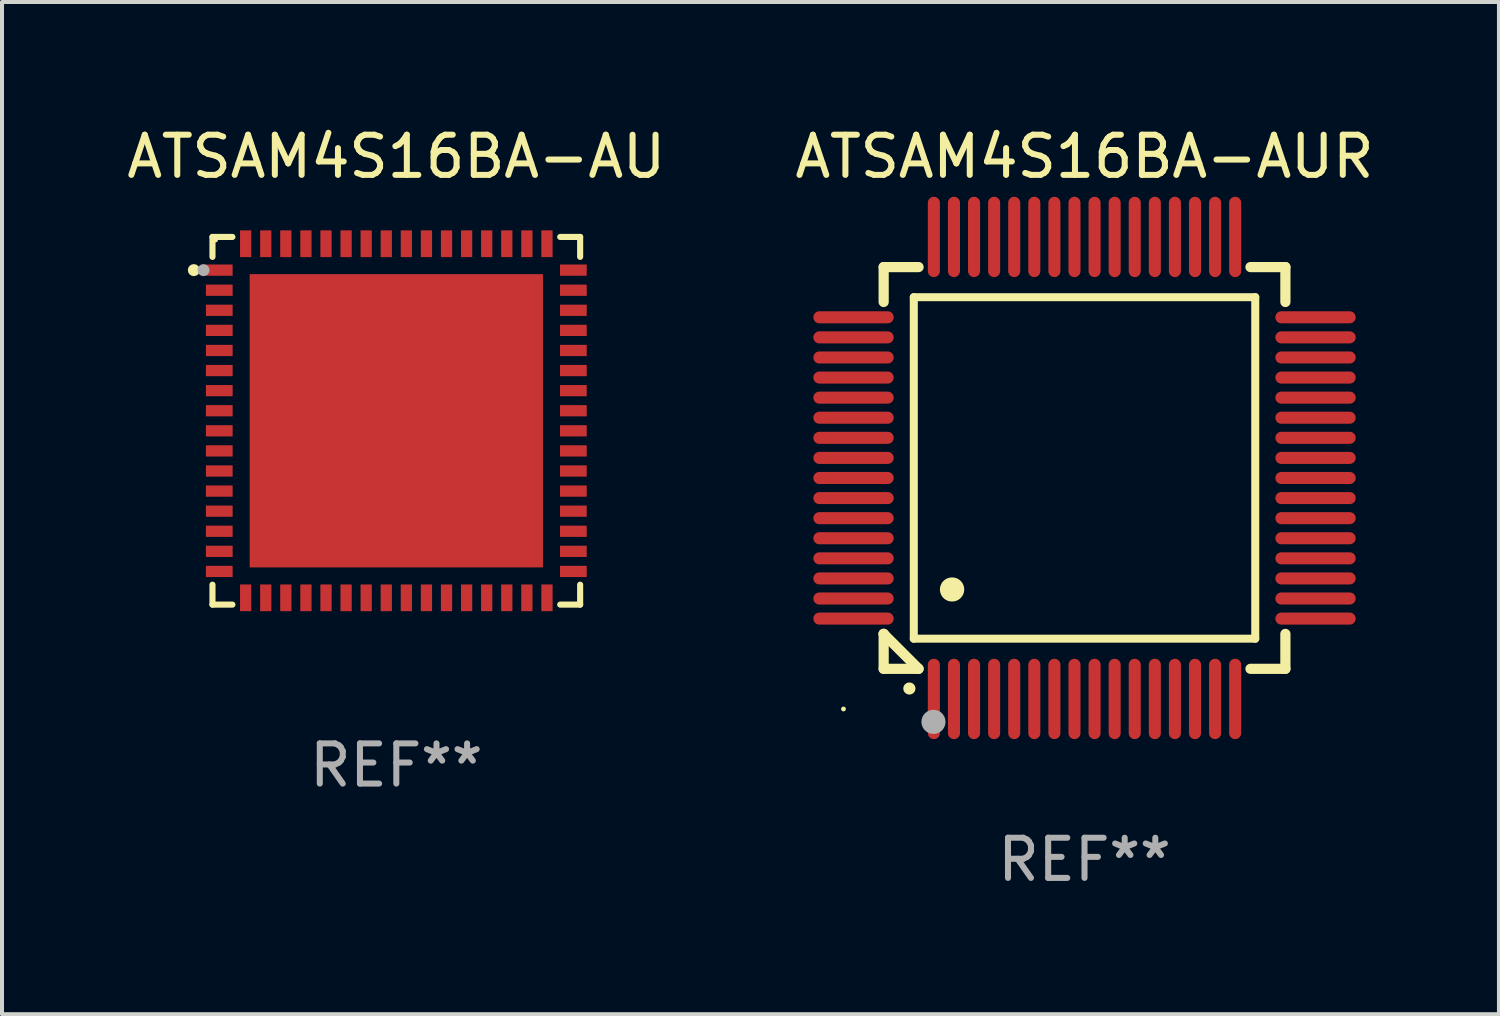
<source format=kicad_pcb>
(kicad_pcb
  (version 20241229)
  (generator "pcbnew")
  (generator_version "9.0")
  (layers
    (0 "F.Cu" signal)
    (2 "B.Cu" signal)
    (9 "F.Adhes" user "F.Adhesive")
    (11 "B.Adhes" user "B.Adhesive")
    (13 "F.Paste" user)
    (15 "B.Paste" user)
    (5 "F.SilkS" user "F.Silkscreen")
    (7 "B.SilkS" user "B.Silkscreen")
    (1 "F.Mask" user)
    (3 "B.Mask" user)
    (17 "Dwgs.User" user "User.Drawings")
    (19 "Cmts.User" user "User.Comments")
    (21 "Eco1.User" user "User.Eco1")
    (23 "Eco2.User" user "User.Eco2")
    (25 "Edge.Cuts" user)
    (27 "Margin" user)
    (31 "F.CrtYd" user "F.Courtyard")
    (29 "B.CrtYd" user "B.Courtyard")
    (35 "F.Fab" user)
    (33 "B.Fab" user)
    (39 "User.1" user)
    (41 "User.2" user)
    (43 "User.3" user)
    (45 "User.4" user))
  (footprint "ATSAM4S16BA-AU"
    (layer "F.Cu")
    (at 6.815 7.424)
    (property "Reference" "ATSAM4S16BA-AU" (at 0 -6.576 0) (layer "F.SilkS") (effects (font (size 1 1) (thickness 0.15))))
    (attr through_hole)
    (fp_line (start -4.576 -4.576) (end -4.576 -4.08) (stroke (width 0.152) (type solid)) (layer "F.SilkS"))
    (fp_line (start -4.576 4.576) (end -4.576 4.08) (stroke (width 0.152) (type solid)) (layer "F.SilkS"))
    (fp_line (start -4.08 -4.576) (end -4.576 -4.576) (stroke (width 0.152) (type solid)) (layer "F.SilkS"))
    (fp_line (start -4.08 4.576) (end -4.576 4.576) (stroke (width 0.152) (type solid)) (layer "F.SilkS"))
    (fp_line (start 4.08 -4.576) (end 4.576 -4.576) (stroke (width 0.152) (type solid)) (layer "F.SilkS"))
    (fp_line (start 4.08 4.576) (end 4.576 4.576) (stroke (width 0.152) (type solid)) (layer "F.SilkS"))
    (fp_line (start 4.576 -4.576) (end 4.576 -4.08) (stroke (width 0.152) (type solid)) (layer "F.SilkS"))
    (fp_line (start 4.576 4.576) (end 4.576 4.08) (stroke (width 0.152) (type solid)) (layer "F.SilkS"))
    (fp_circle (center -5.04 -3.75) (end -4.965 -3.75) (stroke (width 0.15) (type solid)) (fill no) (layer "F.SilkS"))
    (fp_circle (center -4.5 -4.5) (end -4.47 -4.5) (stroke (width 0.06) (type solid)) (fill no) (layer "F.SilkS"))
    (fp_circle (center -4.8 -3.75) (end -4.725 -3.75) (stroke (width 0.15) (type solid)) (fill no) (layer "F.Fab"))
    (fp_text user "REF**" (at 0 8.576 0) (layer "F.Fab") (effects (font (size 1 1) (thickness 0.15))))
    (pad "1" smd rect (at -4.407 -3.75) (size 0.665 0.28) (layers "F.Cu" "F.Mask" "F.Paste"))
    (pad "2" smd rect (at -4.407 -3.25) (size 0.665 0.28) (layers "F.Cu" "F.Mask" "F.Paste"))
    (pad "3" smd rect (at -4.407 -2.75) (size 0.665 0.28) (layers "F.Cu" "F.Mask" "F.Paste"))
    (pad "4" smd rect (at -4.407 -2.25) (size 0.665 0.28) (layers "F.Cu" "F.Mask" "F.Paste"))
    (pad "5" smd rect (at -4.407 -1.75) (size 0.665 0.28) (layers "F.Cu" "F.Mask" "F.Paste"))
    (pad "6" smd rect (at -4.407 -1.25) (size 0.665 0.28) (layers "F.Cu" "F.Mask" "F.Paste"))
    (pad "7" smd rect (at -4.407 -0.75) (size 0.665 0.28) (layers "F.Cu" "F.Mask" "F.Paste"))
    (pad "8" smd rect (at -4.407 -0.25) (size 0.665 0.28) (layers "F.Cu" "F.Mask" "F.Paste"))
    (pad "9" smd rect (at -4.407 0.25) (size 0.665 0.28) (layers "F.Cu" "F.Mask" "F.Paste"))
    (pad "10" smd rect (at -4.407 0.75) (size 0.665 0.28) (layers "F.Cu" "F.Mask" "F.Paste"))
    (pad "11" smd rect (at -4.407 1.25) (size 0.665 0.28) (layers "F.Cu" "F.Mask" "F.Paste"))
    (pad "12" smd rect (at -4.407 1.75) (size 0.665 0.28) (layers "F.Cu" "F.Mask" "F.Paste"))
    (pad "13" smd rect (at -4.407 2.25) (size 0.665 0.28) (layers "F.Cu" "F.Mask" "F.Paste"))
    (pad "14" smd rect (at -4.407 2.75) (size 0.665 0.28) (layers "F.Cu" "F.Mask" "F.Paste"))
    (pad "15" smd rect (at -4.407 3.25) (size 0.665 0.28) (layers "F.Cu" "F.Mask" "F.Paste"))
    (pad "16" smd rect (at -4.407 3.75) (size 0.665 0.28) (layers "F.Cu" "F.Mask" "F.Paste"))
    (pad "17" smd rect (at -3.75 4.407) (size 0.28 0.665) (layers "F.Cu" "F.Mask" "F.Paste"))
    (pad "18" smd rect (at -3.25 4.407) (size 0.28 0.665) (layers "F.Cu" "F.Mask" "F.Paste"))
    (pad "19" smd rect (at -2.75 4.407) (size 0.28 0.665) (layers "F.Cu" "F.Mask" "F.Paste"))
    (pad "20" smd rect (at -2.25 4.407) (size 0.28 0.665) (layers "F.Cu" "F.Mask" "F.Paste"))
    (pad "21" smd rect (at -1.75 4.407) (size 0.28 0.665) (layers "F.Cu" "F.Mask" "F.Paste"))
    (pad "22" smd rect (at -1.25 4.407) (size 0.28 0.665) (layers "F.Cu" "F.Mask" "F.Paste"))
    (pad "23" smd rect (at -0.75 4.407) (size 0.28 0.665) (layers "F.Cu" "F.Mask" "F.Paste"))
    (pad "24" smd rect (at -0.25 4.407) (size 0.28 0.665) (layers "F.Cu" "F.Mask" "F.Paste"))
    (pad "25" smd rect (at 0.25 4.407) (size 0.28 0.665) (layers "F.Cu" "F.Mask" "F.Paste"))
    (pad "26" smd rect (at 0.75 4.407) (size 0.28 0.665) (layers "F.Cu" "F.Mask" "F.Paste"))
    (pad "27" smd rect (at 1.25 4.407) (size 0.28 0.665) (layers "F.Cu" "F.Mask" "F.Paste"))
    (pad "28" smd rect (at 1.75 4.407) (size 0.28 0.665) (layers "F.Cu" "F.Mask" "F.Paste"))
    (pad "29" smd rect (at 2.25 4.407) (size 0.28 0.665) (layers "F.Cu" "F.Mask" "F.Paste"))
    (pad "30" smd rect (at 2.75 4.407) (size 0.28 0.665) (layers "F.Cu" "F.Mask" "F.Paste"))
    (pad "31" smd rect (at 3.25 4.407) (size 0.28 0.665) (layers "F.Cu" "F.Mask" "F.Paste"))
    (pad "32" smd rect (at 3.75 4.407) (size 0.28 0.665) (layers "F.Cu" "F.Mask" "F.Paste"))
    (pad "33" smd rect (at 4.407 3.75) (size 0.665 0.28) (layers "F.Cu" "F.Mask" "F.Paste"))
    (pad "34" smd rect (at 4.407 3.25) (size 0.665 0.28) (layers "F.Cu" "F.Mask" "F.Paste"))
    (pad "35" smd rect (at 4.407 2.75) (size 0.665 0.28) (layers "F.Cu" "F.Mask" "F.Paste"))
    (pad "36" smd rect (at 4.407 2.25) (size 0.665 0.28) (layers "F.Cu" "F.Mask" "F.Paste"))
    (pad "37" smd rect (at 4.407 1.75) (size 0.665 0.28) (layers "F.Cu" "F.Mask" "F.Paste"))
    (pad "38" smd rect (at 4.407 1.25) (size 0.665 0.28) (layers "F.Cu" "F.Mask" "F.Paste"))
    (pad "39" smd rect (at 4.407 0.75) (size 0.665 0.28) (layers "F.Cu" "F.Mask" "F.Paste"))
    (pad "40" smd rect (at 4.407 0.25) (size 0.665 0.28) (layers "F.Cu" "F.Mask" "F.Paste"))
    (pad "41" smd rect (at 4.407 -0.25) (size 0.665 0.28) (layers "F.Cu" "F.Mask" "F.Paste"))
    (pad "42" smd rect (at 4.407 -0.75) (size 0.665 0.28) (layers "F.Cu" "F.Mask" "F.Paste"))
    (pad "43" smd rect (at 4.407 -1.25) (size 0.665 0.28) (layers "F.Cu" "F.Mask" "F.Paste"))
    (pad "44" smd rect (at 4.407 -1.75) (size 0.665 0.28) (layers "F.Cu" "F.Mask" "F.Paste"))
    (pad "45" smd rect (at 4.407 -2.25) (size 0.665 0.28) (layers "F.Cu" "F.Mask" "F.Paste"))
    (pad "46" smd rect (at 4.407 -2.75) (size 0.665 0.28) (layers "F.Cu" "F.Mask" "F.Paste"))
    (pad "47" smd rect (at 4.407 -3.25) (size 0.665 0.28) (layers "F.Cu" "F.Mask" "F.Paste"))
    (pad "48" smd rect (at 4.407 -3.75) (size 0.665 0.28) (layers "F.Cu" "F.Mask" "F.Paste"))
    (pad "49" smd rect (at 3.75 -4.407) (size 0.28 0.665) (layers "F.Cu" "F.Mask" "F.Paste"))
    (pad "50" smd rect (at 3.25 -4.407) (size 0.28 0.665) (layers "F.Cu" "F.Mask" "F.Paste"))
    (pad "51" smd rect (at 2.75 -4.407) (size 0.28 0.665) (layers "F.Cu" "F.Mask" "F.Paste"))
    (pad "52" smd rect (at 2.25 -4.407) (size 0.28 0.665) (layers "F.Cu" "F.Mask" "F.Paste"))
    (pad "53" smd rect (at 1.75 -4.407) (size 0.28 0.665) (layers "F.Cu" "F.Mask" "F.Paste"))
    (pad "54" smd rect (at 1.25 -4.407) (size 0.28 0.665) (layers "F.Cu" "F.Mask" "F.Paste"))
    (pad "55" smd rect (at 0.75 -4.407) (size 0.28 0.665) (layers "F.Cu" "F.Mask" "F.Paste"))
    (pad "56" smd rect (at 0.25 -4.407) (size 0.28 0.665) (layers "F.Cu" "F.Mask" "F.Paste"))
    (pad "57" smd rect (at -0.25 -4.407) (size 0.28 0.665) (layers "F.Cu" "F.Mask" "F.Paste"))
    (pad "58" smd rect (at -0.75 -4.407) (size 0.28 0.665) (layers "F.Cu" "F.Mask" "F.Paste"))
    (pad "59" smd rect (at -1.25 -4.407) (size 0.28 0.665) (layers "F.Cu" "F.Mask" "F.Paste"))
    (pad "60" smd rect (at -1.75 -4.407) (size 0.28 0.665) (layers "F.Cu" "F.Mask" "F.Paste"))
    (pad "61" smd rect (at -2.25 -4.407) (size 0.28 0.665) (layers "F.Cu" "F.Mask" "F.Paste"))
    (pad "62" smd rect (at -2.75 -4.407) (size 0.28 0.665) (layers "F.Cu" "F.Mask" "F.Paste"))
    (pad "63" smd rect (at -3.25 -4.407) (size 0.28 0.665) (layers "F.Cu" "F.Mask" "F.Paste"))
    (pad "64" smd rect (at -3.75 -4.407) (size 0.28 0.665) (layers "F.Cu" "F.Mask" "F.Paste"))
    (pad "65" smd rect (at 0 0) (size 7.3 7.3) (layers "F.Cu" "F.Mask" "F.Paste")))
  (footprint "ATSAM4S16BA-AUR"
    (layer "F.Cu")
    (at 23.946 8.598)
    (property "Reference" "ATSAM4S16BA-AUR" (at 0 -7.75 0) (layer "F.SilkS") (effects (font (size 1 1) (thickness 0.15))))
    (attr through_hole)
    (fp_line (start -5 -5) (end -4.131 -5) (stroke (width 0.254) (type solid)) (layer "F.SilkS"))
    (fp_line (start -5 -4.131) (end -5 -5) (stroke (width 0.254) (type solid)) (layer "F.SilkS"))
    (fp_line (start -5 4.131) (end -5 4.131) (stroke (width 0.254) (type solid)) (layer "F.SilkS"))
    (fp_line (start -5 5) (end -5 4.131) (stroke (width 0.254) (type solid)) (layer "F.SilkS"))
    (fp_line (start -5 4.131) (end -4.131 5) (stroke (width 0.254) (type solid)) (layer "F.SilkS"))
    (fp_line (start -4.25 -4.25) (end -4.25 4.25) (stroke (width 0.2) (type solid)) (layer "F.SilkS"))
    (fp_line (start -4.25 4.25) (end 4.25 4.25) (stroke (width 0.2) (type solid)) (layer "F.SilkS"))
    (fp_line (start -4.131 5) (end -5 5) (stroke (width 0.254) (type solid)) (layer "F.SilkS"))
    (fp_line (start 4.25 -4.25) (end -4.25 -4.25) (stroke (width 0.2) (type solid)) (layer "F.SilkS"))
    (fp_line (start 4.25 4.25) (end 4.25 -4.25) (stroke (width 0.2) (type solid)) (layer "F.SilkS"))
    (fp_line (start 5 -5) (end 4.131 -5) (stroke (width 0.254) (type solid)) (layer "F.SilkS"))
    (fp_line (start 5 -5) (end 5 -4.131) (stroke (width 0.254) (type solid)) (layer "F.SilkS"))
    (fp_line (start 5 4.131) (end 5 5) (stroke (width 0.254) (type solid)) (layer "F.SilkS"))
    (fp_line (start 5 5) (end 4.131 5) (stroke (width 0.254) (type solid)) (layer "F.SilkS"))
    (fp_arc (start -4.361265 5.489992) (mid -4.359995 5.489987) (end -4.358725 5.489992) (stroke (width 0.3) (type solid)) (layer "F.SilkS"))
    (fp_arc (start -3.299467 3.025146) (mid -3.296927 3.025135) (end -3.294387 3.025146) (stroke (width 0.6) (type solid)) (layer "F.SilkS"))
    (fp_circle (center -6 6) (end -5.97 6) (stroke (width 0.06) (type solid)) (fill no) (layer "F.SilkS"))
    (fp_circle (center -3.76 6.32) (end -3.61 6.32) (stroke (width 0.3) (type solid)) (fill no) (layer "F.Fab"))
    (fp_text user "REF**" (at 0 9.75 0) (layer "F.Fab") (effects (font (size 1 1) (thickness 0.15))))
    (pad "1" smd oval (at -3.75 5.75) (size 0.3 2) (layers "F.Cu" "F.Mask" "F.Paste"))
    (pad "2" smd oval (at -3.25 5.75) (size 0.3 2) (layers "F.Cu" "F.Mask" "F.Paste"))
    (pad "3" smd oval (at -2.75 5.75) (size 0.3 2) (layers "F.Cu" "F.Mask" "F.Paste"))
    (pad "4" smd oval (at -2.25 5.75) (size 0.3 2) (layers "F.Cu" "F.Mask" "F.Paste"))
    (pad "5" smd oval (at -1.75 5.75) (size 0.3 2) (layers "F.Cu" "F.Mask" "F.Paste"))
    (pad "6" smd oval (at -1.25 5.75) (size 0.3 2) (layers "F.Cu" "F.Mask" "F.Paste"))
    (pad "7" smd oval (at -0.75 5.75) (size 0.3 2) (layers "F.Cu" "F.Mask" "F.Paste"))
    (pad "8" smd oval (at -0.25 5.75) (size 0.3 2) (layers "F.Cu" "F.Mask" "F.Paste"))
    (pad "9" smd oval (at 0.25 5.75) (size 0.3 2) (layers "F.Cu" "F.Mask" "F.Paste"))
    (pad "10" smd oval (at 0.75 5.75) (size 0.3 2) (layers "F.Cu" "F.Mask" "F.Paste"))
    (pad "11" smd oval (at 1.25 5.75) (size 0.3 2) (layers "F.Cu" "F.Mask" "F.Paste"))
    (pad "12" smd oval (at 1.75 5.75) (size 0.3 2) (layers "F.Cu" "F.Mask" "F.Paste"))
    (pad "13" smd oval (at 2.25 5.75) (size 0.3 2) (layers "F.Cu" "F.Mask" "F.Paste"))
    (pad "14" smd oval (at 2.75 5.75) (size 0.3 2) (layers "F.Cu" "F.Mask" "F.Paste"))
    (pad "15" smd oval (at 3.25 5.75) (size 0.3 2) (layers "F.Cu" "F.Mask" "F.Paste"))
    (pad "16" smd oval (at 3.75 5.75) (size 0.3 2) (layers "F.Cu" "F.Mask" "F.Paste"))
    (pad "17" smd oval (at 5.75 3.75) (size 2 0.3) (layers "F.Cu" "F.Mask" "F.Paste"))
    (pad "18" smd oval (at 5.75 3.25) (size 2 0.3) (layers "F.Cu" "F.Mask" "F.Paste"))
    (pad "19" smd oval (at 5.75 2.75) (size 2 0.3) (layers "F.Cu" "F.Mask" "F.Paste"))
    (pad "20" smd oval (at 5.75 2.25) (size 2 0.3) (layers "F.Cu" "F.Mask" "F.Paste"))
    (pad "21" smd oval (at 5.75 1.75) (size 2 0.3) (layers "F.Cu" "F.Mask" "F.Paste"))
    (pad "22" smd oval (at 5.75 1.25) (size 2 0.3) (layers "F.Cu" "F.Mask" "F.Paste"))
    (pad "23" smd oval (at 5.75 0.75) (size 2 0.3) (layers "F.Cu" "F.Mask" "F.Paste"))
    (pad "24" smd oval (at 5.75 0.25) (size 2 0.3) (layers "F.Cu" "F.Mask" "F.Paste"))
    (pad "25" smd oval (at 5.75 -0.25) (size 2 0.3) (layers "F.Cu" "F.Mask" "F.Paste"))
    (pad "26" smd oval (at 5.75 -0.75) (size 2 0.3) (layers "F.Cu" "F.Mask" "F.Paste"))
    (pad "27" smd oval (at 5.75 -1.25) (size 2 0.3) (layers "F.Cu" "F.Mask" "F.Paste"))
    (pad "28" smd oval (at 5.75 -1.75) (size 2 0.3) (layers "F.Cu" "F.Mask" "F.Paste"))
    (pad "29" smd oval (at 5.75 -2.25) (size 2 0.3) (layers "F.Cu" "F.Mask" "F.Paste"))
    (pad "30" smd oval (at 5.75 -2.75) (size 2 0.3) (layers "F.Cu" "F.Mask" "F.Paste"))
    (pad "31" smd oval (at 5.75 -3.25) (size 2 0.3) (layers "F.Cu" "F.Mask" "F.Paste"))
    (pad "32" smd oval (at 5.75 -3.75) (size 2 0.3) (layers "F.Cu" "F.Mask" "F.Paste"))
    (pad "33" smd oval (at 3.75 -5.75) (size 0.3 2) (layers "F.Cu" "F.Mask" "F.Paste"))
    (pad "34" smd oval (at 3.25 -5.75) (size 0.3 2) (layers "F.Cu" "F.Mask" "F.Paste"))
    (pad "35" smd oval (at 2.75 -5.75) (size 0.3 2) (layers "F.Cu" "F.Mask" "F.Paste"))
    (pad "36" smd oval (at 2.25 -5.75) (size 0.3 2) (layers "F.Cu" "F.Mask" "F.Paste"))
    (pad "37" smd oval (at 1.75 -5.75) (size 0.3 2) (layers "F.Cu" "F.Mask" "F.Paste"))
    (pad "38" smd oval (at 1.25 -5.75) (size 0.3 2) (layers "F.Cu" "F.Mask" "F.Paste"))
    (pad "39" smd oval (at 0.75 -5.75) (size 0.3 2) (layers "F.Cu" "F.Mask" "F.Paste"))
    (pad "40" smd oval (at 0.25 -5.75) (size 0.3 2) (layers "F.Cu" "F.Mask" "F.Paste"))
    (pad "41" smd oval (at -0.25 -5.75) (size 0.3 2) (layers "F.Cu" "F.Mask" "F.Paste"))
    (pad "42" smd oval (at -0.75 -5.75) (size 0.3 2) (layers "F.Cu" "F.Mask" "F.Paste"))
    (pad "43" smd oval (at -1.25 -5.75) (size 0.3 2) (layers "F.Cu" "F.Mask" "F.Paste"))
    (pad "44" smd oval (at -1.75 -5.75) (size 0.3 2) (layers "F.Cu" "F.Mask" "F.Paste"))
    (pad "45" smd oval (at -2.25 -5.75) (size 0.3 2) (layers "F.Cu" "F.Mask" "F.Paste"))
    (pad "46" smd oval (at -2.75 -5.75) (size 0.3 2) (layers "F.Cu" "F.Mask" "F.Paste"))
    (pad "47" smd oval (at -3.25 -5.75) (size 0.3 2) (layers "F.Cu" "F.Mask" "F.Paste"))
    (pad "48" smd oval (at -3.75 -5.75) (size 0.3 2) (layers "F.Cu" "F.Mask" "F.Paste"))
    (pad "49" smd oval (at -5.75 -3.75) (size 2 0.3) (layers "F.Cu" "F.Mask" "F.Paste"))
    (pad "50" smd oval (at -5.75 -3.25) (size 2 0.3) (layers "F.Cu" "F.Mask" "F.Paste"))
    (pad "51" smd oval (at -5.75 -2.75) (size 2 0.3) (layers "F.Cu" "F.Mask" "F.Paste"))
    (pad "52" smd oval (at -5.75 -2.25) (size 2 0.3) (layers "F.Cu" "F.Mask" "F.Paste"))
    (pad "53" smd oval (at -5.75 -1.75) (size 2 0.3) (layers "F.Cu" "F.Mask" "F.Paste"))
    (pad "54" smd oval (at -5.75 -1.25) (size 2 0.3) (layers "F.Cu" "F.Mask" "F.Paste"))
    (pad "55" smd oval (at -5.75 -0.75) (size 2 0.3) (layers "F.Cu" "F.Mask" "F.Paste"))
    (pad "56" smd oval (at -5.75 -0.25) (size 2 0.3) (layers "F.Cu" "F.Mask" "F.Paste"))
    (pad "57" smd oval (at -5.75 0.25) (size 2 0.3) (layers "F.Cu" "F.Mask" "F.Paste"))
    (pad "58" smd oval (at -5.75 0.75) (size 2 0.3) (layers "F.Cu" "F.Mask" "F.Paste"))
    (pad "59" smd oval (at -5.75 1.25) (size 2 0.3) (layers "F.Cu" "F.Mask" "F.Paste"))
    (pad "60" smd oval (at -5.75 1.75) (size 2 0.3) (layers "F.Cu" "F.Mask" "F.Paste"))
    (pad "61" smd oval (at -5.75 2.25) (size 2 0.3) (layers "F.Cu" "F.Mask" "F.Paste"))
    (pad "62" smd oval (at -5.75 2.75) (size 2 0.3) (layers "F.Cu" "F.Mask" "F.Paste"))
    (pad "63" smd oval (at -5.75 3.25) (size 2 0.3) (layers "F.Cu" "F.Mask" "F.Paste"))
    (pad "64" smd oval (at -5.75 3.75) (size 2 0.3) (layers "F.Cu" "F.Mask" "F.Paste")))
  (gr_rect
    (start -3 -3)
    (end 34.262 22.196)
    (stroke (width 0.1) (type default))
    (fill no)
    (layer "Edge.Cuts")))
</source>
